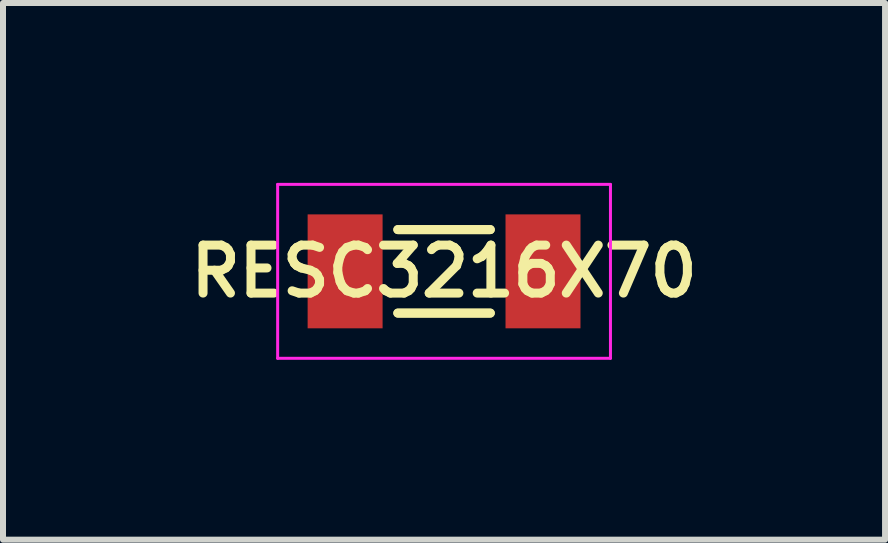
<source format=kicad_pcb>
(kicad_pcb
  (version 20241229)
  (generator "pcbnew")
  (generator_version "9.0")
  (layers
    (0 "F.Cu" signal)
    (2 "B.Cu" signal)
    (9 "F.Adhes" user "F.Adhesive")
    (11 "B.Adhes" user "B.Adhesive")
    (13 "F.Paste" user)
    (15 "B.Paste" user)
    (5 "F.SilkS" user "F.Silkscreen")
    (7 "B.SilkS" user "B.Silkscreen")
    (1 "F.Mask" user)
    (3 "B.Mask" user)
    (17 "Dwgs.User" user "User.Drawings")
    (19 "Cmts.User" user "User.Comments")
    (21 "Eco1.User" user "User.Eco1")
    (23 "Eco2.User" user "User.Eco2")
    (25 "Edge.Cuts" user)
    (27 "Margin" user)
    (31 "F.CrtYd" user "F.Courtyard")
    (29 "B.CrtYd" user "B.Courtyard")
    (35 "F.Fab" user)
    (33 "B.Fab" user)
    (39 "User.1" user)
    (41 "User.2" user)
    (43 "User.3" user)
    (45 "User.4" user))
  (footprint "RESC3216X70"
    (layer "F.Cu")
    (at 4.355 1.475)
    (property "Reference" "RESC3216X70" (at 0 0 0) (layer "F.SilkS") (effects (font (size 0.8 0.8) (thickness 0.15))))
    (attr smd)
    (fp_line (start -0.771 -0.696) (end 0.771 -0.696) (stroke (width 0.15) (type solid)) (layer "F.SilkS"))
    (fp_line (start -0.771 0.696) (end 0.771 0.696) (stroke (width 0.15) (type solid)) (layer "F.SilkS"))
    (fp_line (start 0.771 -0.696) (end -0.771 -0.696) (stroke (width 0.15) (type solid)) (layer "F.SilkS"))
    (fp_line (start 0.771 0.696) (end -0.771 0.696) (stroke (width 0.15) (type solid)) (layer "F.SilkS"))
    (fp_line (start -2.775 -1.45) (end 2.775 -1.45) (stroke (width 0.05) (type solid)) (layer "F.CrtYd"))
    (fp_line (start -2.775 1.45) (end -2.775 -1.45) (stroke (width 0.05) (type solid)) (layer "F.CrtYd"))
    (fp_line (start 2.775 -1.45) (end 2.775 1.45) (stroke (width 0.05) (type solid)) (layer "F.CrtYd"))
    (fp_line (start 2.775 1.45) (end -2.775 1.45) (stroke (width 0.05) (type solid)) (layer "F.CrtYd"))
    (pad "1" smd rect (at -1.65 0) (size 1.25 1.9) (layers "F.Cu" "F.Mask" "F.Paste"))
    (pad "2" smd rect (at 1.65 0) (size 1.25 1.9) (layers "F.Cu" "F.Mask" "F.Paste")))
  (gr_rect
    (start -3 -3)
    (end 11.709 5.95)
    (stroke (width 0.1) (type default))
    (fill no)
    (layer "Edge.Cuts")))
</source>
